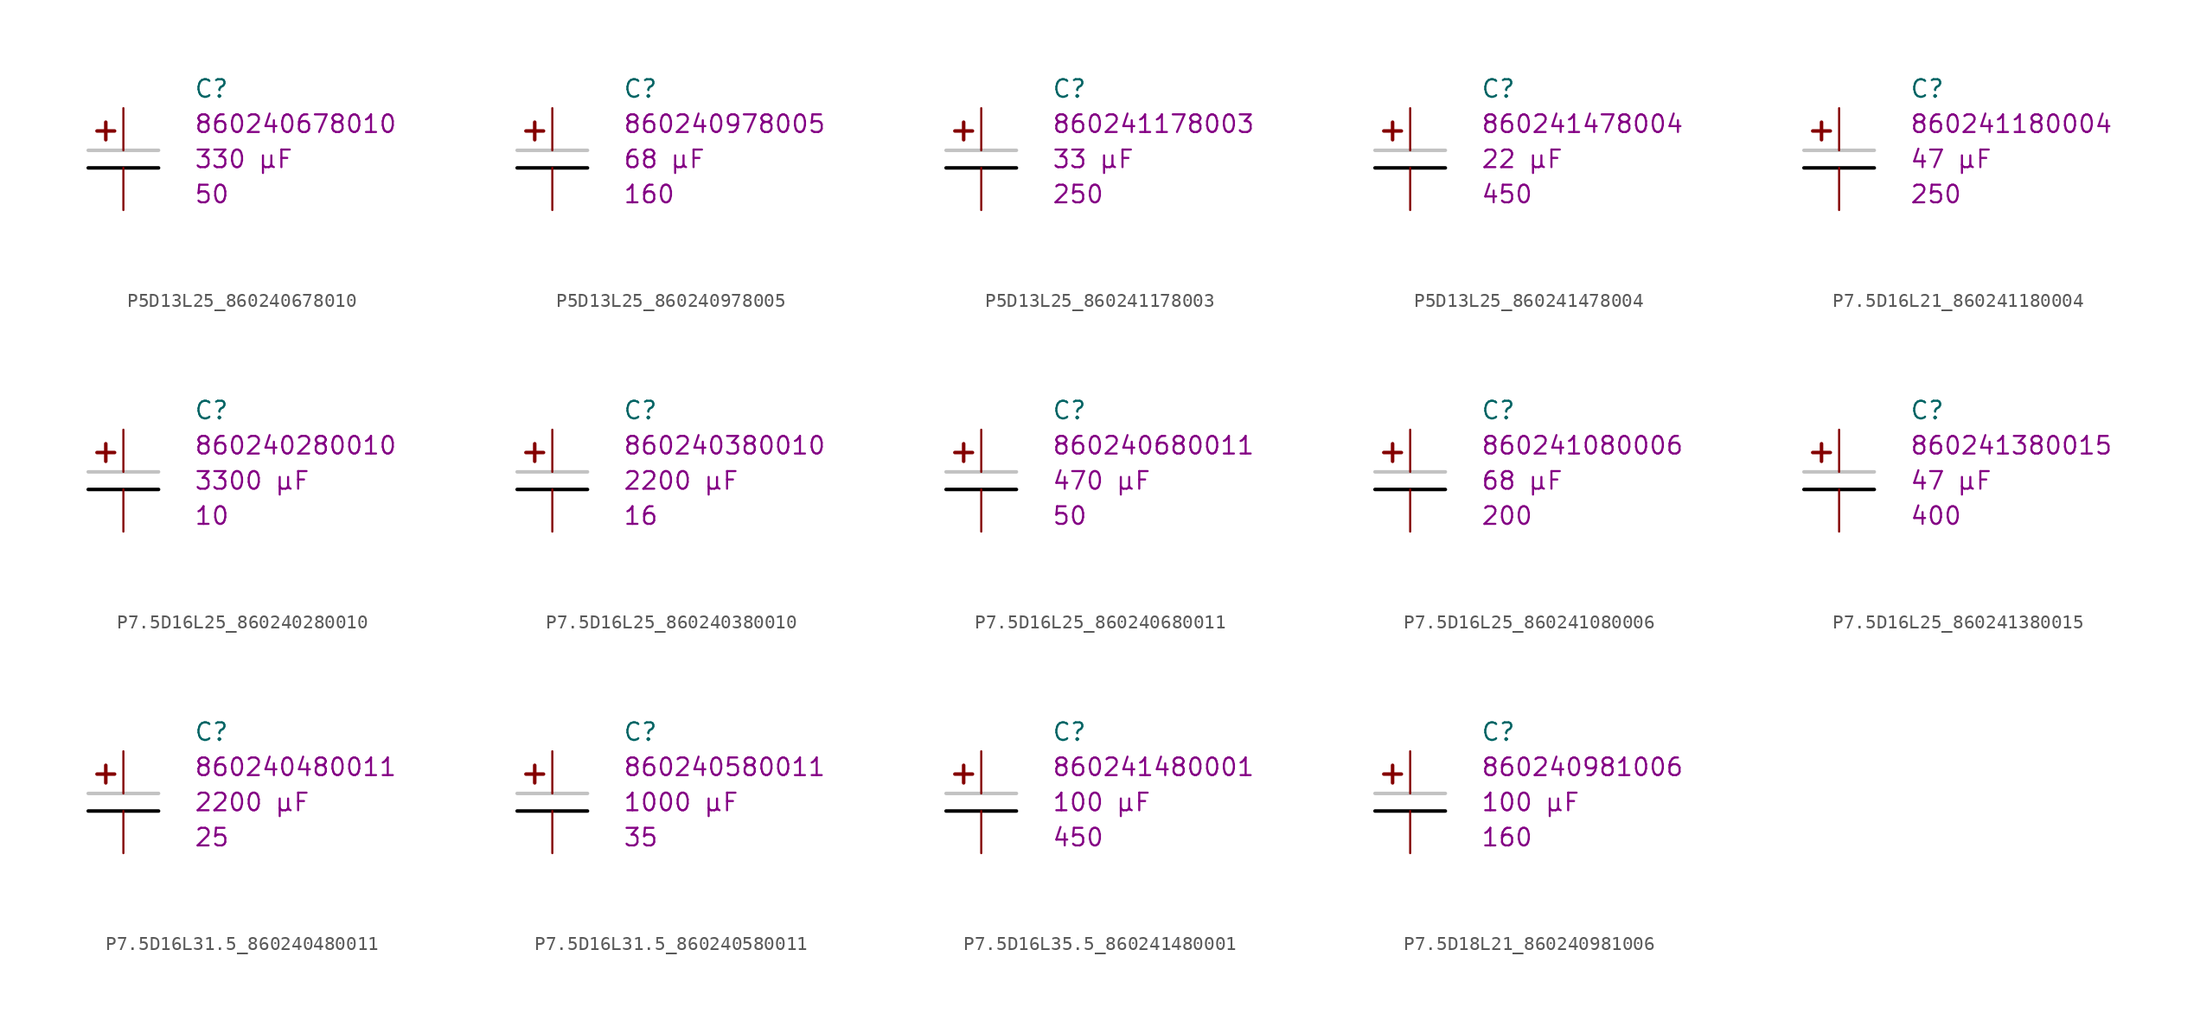
<source format=kicad_sym>
(kicad_symbol_lib
  (version 20220914)
  (generator kicad_symbol_editor)
  (symbol "P5D13L25_860240678010"
    (pin_numbers hide)
    (pin_names hide)
    (property "Reference" "C"
      (at 5.08 5.08 0)
      (effects (font (size 1.27 1.27)) (justify left)))
    (property "Part Number" "860240678010"
      (at 5.08 2.54 0)
      (effects (font (size 1.27 1.27)) (justify left)))
    (property "Capacitance" "330 µF"
      (at 5.08 0 0)
      (effects (font (size 1.27 1.27)) (justify left)))
    (property "Voltage" "50"
      (at 5.08 -2.54 0)
      (effects (font (size 1.27 1.27)) (justify left)))
    (property "Critical Parameter" ""
      (at 0 -7.62 0)
      (effects (font (size 1.27 1.27))))
    (symbol "P5D13L25_860240678010_1_1"
      (polyline (pts (xy -1.27 2.667) (xy -1.27 1.397)) (stroke (width 0.254) (type default)) (fill (type none)))
      (polyline (pts (xy -0.635 2.032) (xy -1.905 2.032)) (stroke (width 0.254) (type default)) (fill (type none)))
      (polyline (pts (xy 2.54 -0.635) (xy -2.54 -0.635)) (stroke (width 0.254) (type default) (color 0 0 0 1)) (fill (type none)))
      (polyline (pts (xy 2.54 0.635) (xy -2.54 0.635)) (stroke (width 0.254) (type default) (color 194 194 194 1)) (fill (type none)))
      (pin passive line (at 0 3.679 270) (length 3.044) (name "1" (effects (font (size 1.27 1.27)))) (number "1" (effects (font (size 1.27 1.27)))))
      (pin passive line (at 0 -3.679 90) (length 3.044) (name "2" (effects (font (size 1.27 1.27)))) (number "2" (effects (font (size 1.27 1.27)))))))
  (symbol "P5D13L25_860240978005"
    (pin_numbers hide)
    (pin_names hide)
    (property "Reference" "C"
      (at 5.08 5.08 0)
      (effects (font (size 1.27 1.27)) (justify left)))
    (property "Part Number" "860240978005"
      (at 5.08 2.54 0)
      (effects (font (size 1.27 1.27)) (justify left)))
    (property "Capacitance" "68 µF"
      (at 5.08 0 0)
      (effects (font (size 1.27 1.27)) (justify left)))
    (property "Voltage" "160"
      (at 5.08 -2.54 0)
      (effects (font (size 1.27 1.27)) (justify left)))
    (property "Critical Parameter" ""
      (at 0 -7.62 0)
      (effects (font (size 1.27 1.27))))
    (symbol "P5D13L25_860240978005_1_1"
      (polyline (pts (xy -1.27 2.667) (xy -1.27 1.397)) (stroke (width 0.254) (type default)) (fill (type none)))
      (polyline (pts (xy -0.635 2.032) (xy -1.905 2.032)) (stroke (width 0.254) (type default)) (fill (type none)))
      (polyline (pts (xy 2.54 -0.635) (xy -2.54 -0.635)) (stroke (width 0.254) (type default) (color 0 0 0 1)) (fill (type none)))
      (polyline (pts (xy 2.54 0.635) (xy -2.54 0.635)) (stroke (width 0.254) (type default) (color 194 194 194 1)) (fill (type none)))
      (pin passive line (at 0 3.679 270) (length 3.044) (name "1" (effects (font (size 1.27 1.27)))) (number "1" (effects (font (size 1.27 1.27)))))
      (pin passive line (at 0 -3.679 90) (length 3.044) (name "2" (effects (font (size 1.27 1.27)))) (number "2" (effects (font (size 1.27 1.27)))))))
  (symbol "P5D13L25_860241178003"
    (pin_numbers hide)
    (pin_names hide)
    (property "Reference" "C"
      (at 5.08 5.08 0)
      (effects (font (size 1.27 1.27)) (justify left)))
    (property "Part Number" "860241178003"
      (at 5.08 2.54 0)
      (effects (font (size 1.27 1.27)) (justify left)))
    (property "Capacitance" "33 µF"
      (at 5.08 0 0)
      (effects (font (size 1.27 1.27)) (justify left)))
    (property "Voltage" "250"
      (at 5.08 -2.54 0)
      (effects (font (size 1.27 1.27)) (justify left)))
    (property "Critical Parameter" ""
      (at 0 -7.62 0)
      (effects (font (size 1.27 1.27))))
    (symbol "P5D13L25_860241178003_1_1"
      (polyline (pts (xy -1.27 2.667) (xy -1.27 1.397)) (stroke (width 0.254) (type default)) (fill (type none)))
      (polyline (pts (xy -0.635 2.032) (xy -1.905 2.032)) (stroke (width 0.254) (type default)) (fill (type none)))
      (polyline (pts (xy 2.54 -0.635) (xy -2.54 -0.635)) (stroke (width 0.254) (type default) (color 0 0 0 1)) (fill (type none)))
      (polyline (pts (xy 2.54 0.635) (xy -2.54 0.635)) (stroke (width 0.254) (type default) (color 194 194 194 1)) (fill (type none)))
      (pin passive line (at 0 3.679 270) (length 3.044) (name "1" (effects (font (size 1.27 1.27)))) (number "1" (effects (font (size 1.27 1.27)))))
      (pin passive line (at 0 -3.679 90) (length 3.044) (name "2" (effects (font (size 1.27 1.27)))) (number "2" (effects (font (size 1.27 1.27)))))))
  (symbol "P5D13L25_860241478004"
    (pin_numbers hide)
    (pin_names hide)
    (property "Reference" "C"
      (at 5.08 5.08 0)
      (effects (font (size 1.27 1.27)) (justify left)))
    (property "Part Number" "860241478004"
      (at 5.08 2.54 0)
      (effects (font (size 1.27 1.27)) (justify left)))
    (property "Capacitance" "22 µF"
      (at 5.08 0 0)
      (effects (font (size 1.27 1.27)) (justify left)))
    (property "Voltage" "450"
      (at 5.08 -2.54 0)
      (effects (font (size 1.27 1.27)) (justify left)))
    (property "Critical Parameter" ""
      (at 0 -7.62 0)
      (effects (font (size 1.27 1.27))))
    (symbol "P5D13L25_860241478004_1_1"
      (polyline (pts (xy -1.27 2.667) (xy -1.27 1.397)) (stroke (width 0.254) (type default)) (fill (type none)))
      (polyline (pts (xy -0.635 2.032) (xy -1.905 2.032)) (stroke (width 0.254) (type default)) (fill (type none)))
      (polyline (pts (xy 2.54 -0.635) (xy -2.54 -0.635)) (stroke (width 0.254) (type default) (color 0 0 0 1)) (fill (type none)))
      (polyline (pts (xy 2.54 0.635) (xy -2.54 0.635)) (stroke (width 0.254) (type default) (color 194 194 194 1)) (fill (type none)))
      (pin passive line (at 0 3.679 270) (length 3.044) (name "1" (effects (font (size 1.27 1.27)))) (number "1" (effects (font (size 1.27 1.27)))))
      (pin passive line (at 0 -3.679 90) (length 3.044) (name "2" (effects (font (size 1.27 1.27)))) (number "2" (effects (font (size 1.27 1.27)))))))
  (symbol "P7.5D16L21_860241180004"
    (pin_numbers hide)
    (pin_names hide)
    (property "Reference" "C"
      (at 5.08 5.08 0)
      (effects (font (size 1.27 1.27)) (justify left)))
    (property "Part Number" "860241180004"
      (at 5.08 2.54 0)
      (effects (font (size 1.27 1.27)) (justify left)))
    (property "Capacitance" "47 µF"
      (at 5.08 0 0)
      (effects (font (size 1.27 1.27)) (justify left)))
    (property "Voltage" "250"
      (at 5.08 -2.54 0)
      (effects (font (size 1.27 1.27)) (justify left)))
    (property "Critical Parameter" ""
      (at 0 -7.62 0)
      (effects (font (size 1.27 1.27))))
    (symbol "P7.5D16L21_860241180004_1_1"
      (polyline (pts (xy -1.27 2.667) (xy -1.27 1.397)) (stroke (width 0.254) (type default)) (fill (type none)))
      (polyline (pts (xy -0.635 2.032) (xy -1.905 2.032)) (stroke (width 0.254) (type default)) (fill (type none)))
      (polyline (pts (xy 2.54 -0.635) (xy -2.54 -0.635)) (stroke (width 0.254) (type default) (color 0 0 0 1)) (fill (type none)))
      (polyline (pts (xy 2.54 0.635) (xy -2.54 0.635)) (stroke (width 0.254) (type default) (color 194 194 194 1)) (fill (type none)))
      (pin passive line (at 0 3.679 270) (length 3.044) (name "1" (effects (font (size 1.27 1.27)))) (number "1" (effects (font (size 1.27 1.27)))))
      (pin passive line (at 0 -3.679 90) (length 3.044) (name "2" (effects (font (size 1.27 1.27)))) (number "2" (effects (font (size 1.27 1.27)))))))
  (symbol "P7.5D16L25_860240280010"
    (pin_numbers hide)
    (pin_names hide)
    (property "Reference" "C"
      (at 5.08 5.08 0)
      (effects (font (size 1.27 1.27)) (justify left)))
    (property "Part Number" "860240280010"
      (at 5.08 2.54 0)
      (effects (font (size 1.27 1.27)) (justify left)))
    (property "Capacitance" "3300 µF"
      (at 5.08 0 0)
      (effects (font (size 1.27 1.27)) (justify left)))
    (property "Voltage" "10"
      (at 5.08 -2.54 0)
      (effects (font (size 1.27 1.27)) (justify left)))
    (property "Critical Parameter" ""
      (at 0 -7.62 0)
      (effects (font (size 1.27 1.27))))
    (symbol "P7.5D16L25_860240280010_1_1"
      (polyline (pts (xy -1.27 2.667) (xy -1.27 1.397)) (stroke (width 0.254) (type default)) (fill (type none)))
      (polyline (pts (xy -0.635 2.032) (xy -1.905 2.032)) (stroke (width 0.254) (type default)) (fill (type none)))
      (polyline (pts (xy 2.54 -0.635) (xy -2.54 -0.635)) (stroke (width 0.254) (type default) (color 0 0 0 1)) (fill (type none)))
      (polyline (pts (xy 2.54 0.635) (xy -2.54 0.635)) (stroke (width 0.254) (type default) (color 194 194 194 1)) (fill (type none)))
      (pin passive line (at 0 3.679 270) (length 3.044) (name "1" (effects (font (size 1.27 1.27)))) (number "1" (effects (font (size 1.27 1.27)))))
      (pin passive line (at 0 -3.679 90) (length 3.044) (name "2" (effects (font (size 1.27 1.27)))) (number "2" (effects (font (size 1.27 1.27)))))))
  (symbol "P7.5D16L25_860240380010"
    (pin_numbers hide)
    (pin_names hide)
    (property "Reference" "C"
      (at 5.08 5.08 0)
      (effects (font (size 1.27 1.27)) (justify left)))
    (property "Part Number" "860240380010"
      (at 5.08 2.54 0)
      (effects (font (size 1.27 1.27)) (justify left)))
    (property "Capacitance" "2200 µF"
      (at 5.08 0 0)
      (effects (font (size 1.27 1.27)) (justify left)))
    (property "Voltage" "16"
      (at 5.08 -2.54 0)
      (effects (font (size 1.27 1.27)) (justify left)))
    (property "Critical Parameter" ""
      (at 0 -7.62 0)
      (effects (font (size 1.27 1.27))))
    (symbol "P7.5D16L25_860240380010_1_1"
      (polyline (pts (xy -1.27 2.667) (xy -1.27 1.397)) (stroke (width 0.254) (type default)) (fill (type none)))
      (polyline (pts (xy -0.635 2.032) (xy -1.905 2.032)) (stroke (width 0.254) (type default)) (fill (type none)))
      (polyline (pts (xy 2.54 -0.635) (xy -2.54 -0.635)) (stroke (width 0.254) (type default) (color 0 0 0 1)) (fill (type none)))
      (polyline (pts (xy 2.54 0.635) (xy -2.54 0.635)) (stroke (width 0.254) (type default) (color 194 194 194 1)) (fill (type none)))
      (pin passive line (at 0 3.679 270) (length 3.044) (name "1" (effects (font (size 1.27 1.27)))) (number "1" (effects (font (size 1.27 1.27)))))
      (pin passive line (at 0 -3.679 90) (length 3.044) (name "2" (effects (font (size 1.27 1.27)))) (number "2" (effects (font (size 1.27 1.27)))))))
  (symbol "P7.5D16L25_860240680011"
    (pin_numbers hide)
    (pin_names hide)
    (property "Reference" "C"
      (at 5.08 5.08 0)
      (effects (font (size 1.27 1.27)) (justify left)))
    (property "Part Number" "860240680011"
      (at 5.08 2.54 0)
      (effects (font (size 1.27 1.27)) (justify left)))
    (property "Capacitance" "470 µF"
      (at 5.08 0 0)
      (effects (font (size 1.27 1.27)) (justify left)))
    (property "Voltage" "50"
      (at 5.08 -2.54 0)
      (effects (font (size 1.27 1.27)) (justify left)))
    (property "Critical Parameter" ""
      (at 0 -7.62 0)
      (effects (font (size 1.27 1.27))))
    (symbol "P7.5D16L25_860240680011_1_1"
      (polyline (pts (xy -1.27 2.667) (xy -1.27 1.397)) (stroke (width 0.254) (type default)) (fill (type none)))
      (polyline (pts (xy -0.635 2.032) (xy -1.905 2.032)) (stroke (width 0.254) (type default)) (fill (type none)))
      (polyline (pts (xy 2.54 -0.635) (xy -2.54 -0.635)) (stroke (width 0.254) (type default) (color 0 0 0 1)) (fill (type none)))
      (polyline (pts (xy 2.54 0.635) (xy -2.54 0.635)) (stroke (width 0.254) (type default) (color 194 194 194 1)) (fill (type none)))
      (pin passive line (at 0 3.679 270) (length 3.044) (name "1" (effects (font (size 1.27 1.27)))) (number "1" (effects (font (size 1.27 1.27)))))
      (pin passive line (at 0 -3.679 90) (length 3.044) (name "2" (effects (font (size 1.27 1.27)))) (number "2" (effects (font (size 1.27 1.27)))))))
  (symbol "P7.5D16L25_860241080006"
    (pin_numbers hide)
    (pin_names hide)
    (property "Reference" "C"
      (at 5.08 5.08 0)
      (effects (font (size 1.27 1.27)) (justify left)))
    (property "Part Number" "860241080006"
      (at 5.08 2.54 0)
      (effects (font (size 1.27 1.27)) (justify left)))
    (property "Capacitance" "68 µF"
      (at 5.08 0 0)
      (effects (font (size 1.27 1.27)) (justify left)))
    (property "Voltage" "200"
      (at 5.08 -2.54 0)
      (effects (font (size 1.27 1.27)) (justify left)))
    (property "Critical Parameter" ""
      (at 0 -7.62 0)
      (effects (font (size 1.27 1.27))))
    (symbol "P7.5D16L25_860241080006_1_1"
      (polyline (pts (xy -1.27 2.667) (xy -1.27 1.397)) (stroke (width 0.254) (type default)) (fill (type none)))
      (polyline (pts (xy -0.635 2.032) (xy -1.905 2.032)) (stroke (width 0.254) (type default)) (fill (type none)))
      (polyline (pts (xy 2.54 -0.635) (xy -2.54 -0.635)) (stroke (width 0.254) (type default) (color 0 0 0 1)) (fill (type none)))
      (polyline (pts (xy 2.54 0.635) (xy -2.54 0.635)) (stroke (width 0.254) (type default) (color 194 194 194 1)) (fill (type none)))
      (pin passive line (at 0 3.679 270) (length 3.044) (name "1" (effects (font (size 1.27 1.27)))) (number "1" (effects (font (size 1.27 1.27)))))
      (pin passive line (at 0 -3.679 90) (length 3.044) (name "2" (effects (font (size 1.27 1.27)))) (number "2" (effects (font (size 1.27 1.27)))))))
  (symbol "P7.5D16L25_860241380015"
    (pin_numbers hide)
    (pin_names hide)
    (property "Reference" "C"
      (at 5.08 5.08 0)
      (effects (font (size 1.27 1.27)) (justify left)))
    (property "Part Number" "860241380015"
      (at 5.08 2.54 0)
      (effects (font (size 1.27 1.27)) (justify left)))
    (property "Capacitance" "47 µF"
      (at 5.08 0 0)
      (effects (font (size 1.27 1.27)) (justify left)))
    (property "Voltage" "400"
      (at 5.08 -2.54 0)
      (effects (font (size 1.27 1.27)) (justify left)))
    (property "Critical Parameter" ""
      (at 0 -7.62 0)
      (effects (font (size 1.27 1.27))))
    (symbol "P7.5D16L25_860241380015_1_1"
      (polyline (pts (xy -1.27 2.667) (xy -1.27 1.397)) (stroke (width 0.254) (type default)) (fill (type none)))
      (polyline (pts (xy -0.635 2.032) (xy -1.905 2.032)) (stroke (width 0.254) (type default)) (fill (type none)))
      (polyline (pts (xy 2.54 -0.635) (xy -2.54 -0.635)) (stroke (width 0.254) (type default) (color 0 0 0 1)) (fill (type none)))
      (polyline (pts (xy 2.54 0.635) (xy -2.54 0.635)) (stroke (width 0.254) (type default) (color 194 194 194 1)) (fill (type none)))
      (pin passive line (at 0 3.679 270) (length 3.044) (name "1" (effects (font (size 1.27 1.27)))) (number "1" (effects (font (size 1.27 1.27)))))
      (pin passive line (at 0 -3.679 90) (length 3.044) (name "2" (effects (font (size 1.27 1.27)))) (number "2" (effects (font (size 1.27 1.27)))))))
  (symbol "P7.5D16L31.5_860240480011"
    (pin_numbers hide)
    (pin_names hide)
    (property "Reference" "C"
      (at 5.08 5.08 0)
      (effects (font (size 1.27 1.27)) (justify left)))
    (property "Part Number" "860240480011"
      (at 5.08 2.54 0)
      (effects (font (size 1.27 1.27)) (justify left)))
    (property "Capacitance" "2200 µF"
      (at 5.08 0 0)
      (effects (font (size 1.27 1.27)) (justify left)))
    (property "Voltage" "25"
      (at 5.08 -2.54 0)
      (effects (font (size 1.27 1.27)) (justify left)))
    (property "Critical Parameter" ""
      (at 0 -7.62 0)
      (effects (font (size 1.27 1.27))))
    (symbol "P7.5D16L31.5_860240480011_1_1"
      (polyline (pts (xy -1.27 2.667) (xy -1.27 1.397)) (stroke (width 0.254) (type default)) (fill (type none)))
      (polyline (pts (xy -0.635 2.032) (xy -1.905 2.032)) (stroke (width 0.254) (type default)) (fill (type none)))
      (polyline (pts (xy 2.54 -0.635) (xy -2.54 -0.635)) (stroke (width 0.254) (type default) (color 0 0 0 1)) (fill (type none)))
      (polyline (pts (xy 2.54 0.635) (xy -2.54 0.635)) (stroke (width 0.254) (type default) (color 194 194 194 1)) (fill (type none)))
      (pin passive line (at 0 3.679 270) (length 3.044) (name "1" (effects (font (size 1.27 1.27)))) (number "1" (effects (font (size 1.27 1.27)))))
      (pin passive line (at 0 -3.679 90) (length 3.044) (name "2" (effects (font (size 1.27 1.27)))) (number "2" (effects (font (size 1.27 1.27)))))))
  (symbol "P7.5D16L31.5_860240580011"
    (pin_numbers hide)
    (pin_names hide)
    (property "Reference" "C"
      (at 5.08 5.08 0)
      (effects (font (size 1.27 1.27)) (justify left)))
    (property "Part Number" "860240580011"
      (at 5.08 2.54 0)
      (effects (font (size 1.27 1.27)) (justify left)))
    (property "Capacitance" "1000 µF"
      (at 5.08 0 0)
      (effects (font (size 1.27 1.27)) (justify left)))
    (property "Voltage" "35"
      (at 5.08 -2.54 0)
      (effects (font (size 1.27 1.27)) (justify left)))
    (property "Critical Parameter" ""
      (at 0 -7.62 0)
      (effects (font (size 1.27 1.27))))
    (symbol "P7.5D16L31.5_860240580011_1_1"
      (polyline (pts (xy -1.27 2.667) (xy -1.27 1.397)) (stroke (width 0.254) (type default)) (fill (type none)))
      (polyline (pts (xy -0.635 2.032) (xy -1.905 2.032)) (stroke (width 0.254) (type default)) (fill (type none)))
      (polyline (pts (xy 2.54 -0.635) (xy -2.54 -0.635)) (stroke (width 0.254) (type default) (color 0 0 0 1)) (fill (type none)))
      (polyline (pts (xy 2.54 0.635) (xy -2.54 0.635)) (stroke (width 0.254) (type default) (color 194 194 194 1)) (fill (type none)))
      (pin passive line (at 0 3.679 270) (length 3.044) (name "1" (effects (font (size 1.27 1.27)))) (number "1" (effects (font (size 1.27 1.27)))))
      (pin passive line (at 0 -3.679 90) (length 3.044) (name "2" (effects (font (size 1.27 1.27)))) (number "2" (effects (font (size 1.27 1.27)))))))
  (symbol "P7.5D16L35.5_860241480001"
    (pin_numbers hide)
    (pin_names hide)
    (property "Reference" "C"
      (at 5.08 5.08 0)
      (effects (font (size 1.27 1.27)) (justify left)))
    (property "Part Number" "860241480001"
      (at 5.08 2.54 0)
      (effects (font (size 1.27 1.27)) (justify left)))
    (property "Capacitance" "100 µF"
      (at 5.08 0 0)
      (effects (font (size 1.27 1.27)) (justify left)))
    (property "Voltage" "450"
      (at 5.08 -2.54 0)
      (effects (font (size 1.27 1.27)) (justify left)))
    (property "Critical Parameter" ""
      (at 0 -7.62 0)
      (effects (font (size 1.27 1.27))))
    (symbol "P7.5D16L35.5_860241480001_1_1"
      (polyline (pts (xy -1.27 2.667) (xy -1.27 1.397)) (stroke (width 0.254) (type default)) (fill (type none)))
      (polyline (pts (xy -0.635 2.032) (xy -1.905 2.032)) (stroke (width 0.254) (type default)) (fill (type none)))
      (polyline (pts (xy 2.54 -0.635) (xy -2.54 -0.635)) (stroke (width 0.254) (type default) (color 0 0 0 1)) (fill (type none)))
      (polyline (pts (xy 2.54 0.635) (xy -2.54 0.635)) (stroke (width 0.254) (type default) (color 194 194 194 1)) (fill (type none)))
      (pin passive line (at 0 3.679 270) (length 3.044) (name "1" (effects (font (size 1.27 1.27)))) (number "1" (effects (font (size 1.27 1.27)))))
      (pin passive line (at 0 -3.679 90) (length 3.044) (name "2" (effects (font (size 1.27 1.27)))) (number "2" (effects (font (size 1.27 1.27)))))))
  (symbol "P7.5D18L21_860240981006"
    (pin_numbers hide)
    (pin_names hide)
    (property "Reference" "C"
      (at 5.08 5.08 0)
      (effects (font (size 1.27 1.27)) (justify left)))
    (property "Part Number" "860240981006"
      (at 5.08 2.54 0)
      (effects (font (size 1.27 1.27)) (justify left)))
    (property "Capacitance" "100 µF"
      (at 5.08 0 0)
      (effects (font (size 1.27 1.27)) (justify left)))
    (property "Voltage" "160"
      (at 5.08 -2.54 0)
      (effects (font (size 1.27 1.27)) (justify left)))
    (property "Critical Parameter" ""
      (at 0 -7.62 0)
      (effects (font (size 1.27 1.27))))
    (symbol "P7.5D18L21_860240981006_1_1"
      (polyline (pts (xy -1.27 2.667) (xy -1.27 1.397)) (stroke (width 0.254) (type default)) (fill (type none)))
      (polyline (pts (xy -0.635 2.032) (xy -1.905 2.032)) (stroke (width 0.254) (type default)) (fill (type none)))
      (polyline (pts (xy 2.54 -0.635) (xy -2.54 -0.635)) (stroke (width 0.254) (type default) (color 0 0 0 1)) (fill (type none)))
      (polyline (pts (xy 2.54 0.635) (xy -2.54 0.635)) (stroke (width 0.254) (type default) (color 194 194 194 1)) (fill (type none)))
      (pin passive line (at 0 3.679 270) (length 3.044) (name "1" (effects (font (size 1.27 1.27)))) (number "1" (effects (font (size 1.27 1.27)))))
      (pin passive line (at 0 -3.679 90) (length 3.044) (name "2" (effects (font (size 1.27 1.27)))) (number "2" (effects (font (size 1.27 1.27))))))))
</source>
